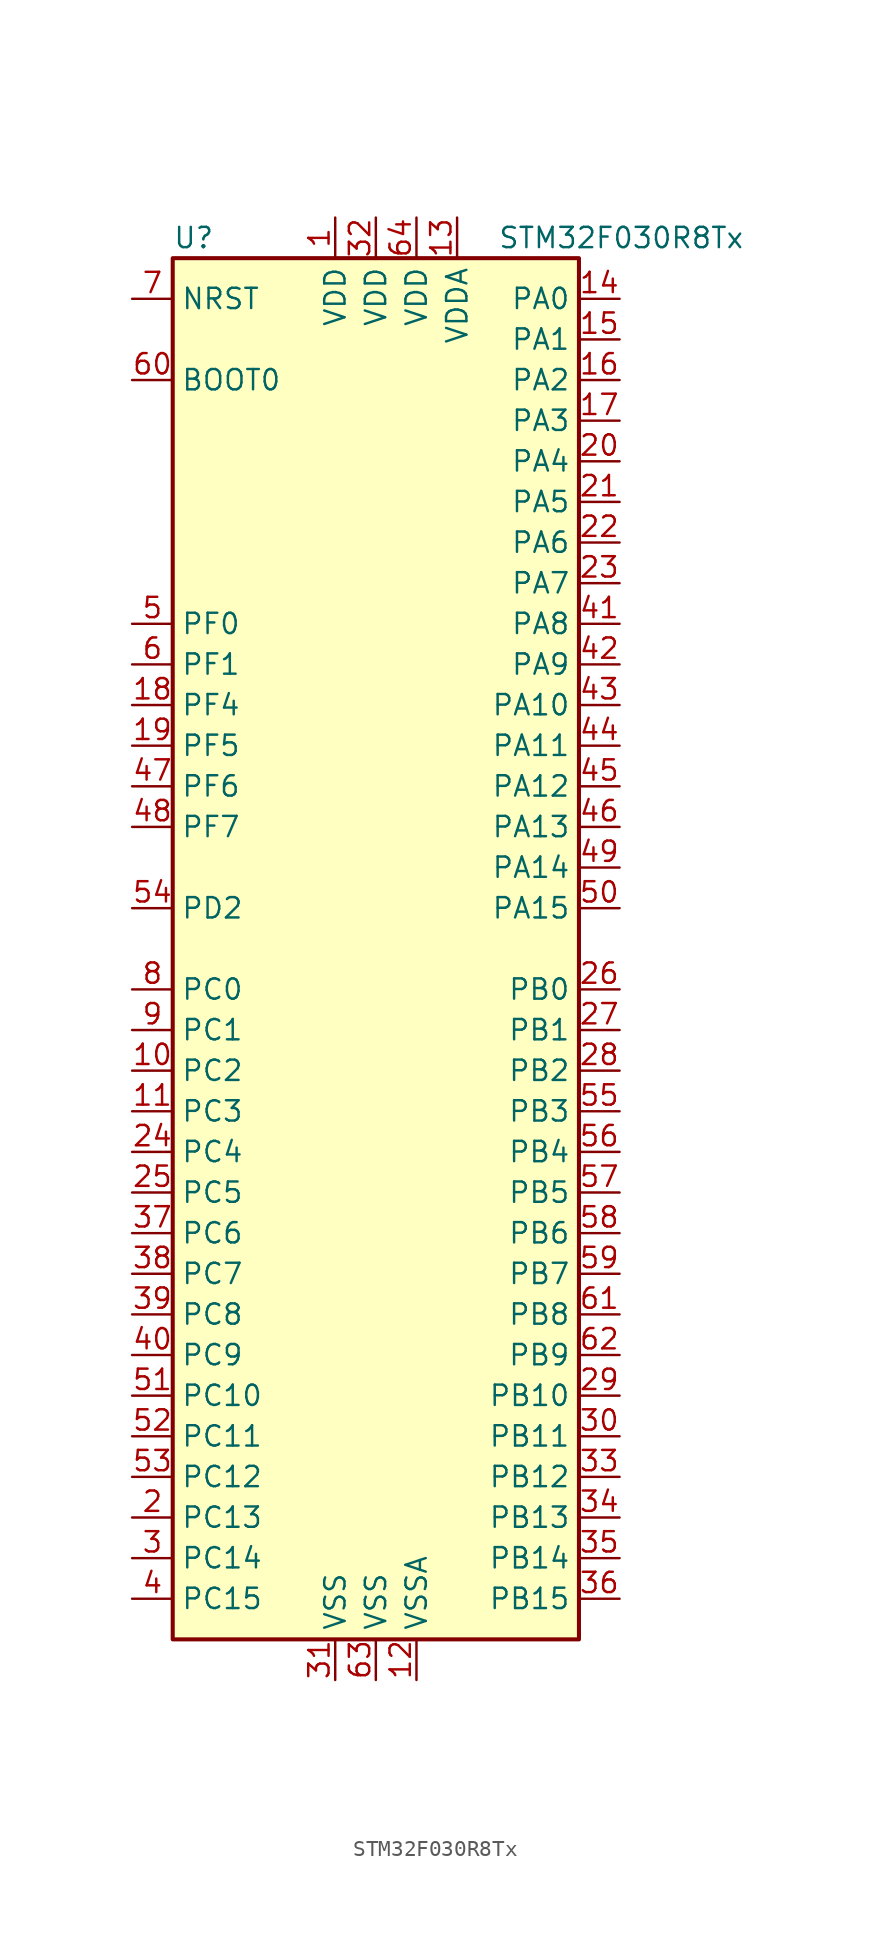
<source format=kicad_sym>
(kicad_symbol_lib
  (version 20201005)
  (generator kicad_symbol_editor)
  (symbol "STM32F030R8Tx"
    (property "Reference" "U"
      (at -12.7 44.45 0)
      (effects (font (size 1.27 1.27)) (justify left)))
    (property "Value" "STM32F030R8Tx"
      (at 7.62 44.45 0)
      (effects (font (size 1.27 1.27)) (justify left)))
    (symbol "STM32F030R8Tx_0_1"
      (rectangle (start -12.7 -43.18) (end 12.7 43.18) (stroke (width 0.254)) (fill (type background))))
    (symbol "STM32F030R8Tx_1_1"
      (pin input line (at -15.24 35.56 0) (length 2.54) (name "BOOT0" (effects (font (size 1.27 1.27)))) (number "60" (effects (font (size 1.27 1.27)))))
      (pin input line (at -15.24 40.64 0) (length 2.54) (name "NRST" (effects (font (size 1.27 1.27)))) (number "7" (effects (font (size 1.27 1.27)))))
      (pin bidirectional line (at 15.24 40.64 180) (length 2.54) (name "PA0" (effects (font (size 1.27 1.27)))) (number "14" (effects (font (size 1.27 1.27)))))
      (pin bidirectional line (at 15.24 38.1 180) (length 2.54) (name "PA1" (effects (font (size 1.27 1.27)))) (number "15" (effects (font (size 1.27 1.27)))))
      (pin bidirectional line (at 15.24 15.24 180) (length 2.54) (name "PA10" (effects (font (size 1.27 1.27)))) (number "43" (effects (font (size 1.27 1.27)))))
      (pin bidirectional line (at 15.24 12.7 180) (length 2.54) (name "PA11" (effects (font (size 1.27 1.27)))) (number "44" (effects (font (size 1.27 1.27)))))
      (pin bidirectional line (at 15.24 10.16 180) (length 2.54) (name "PA12" (effects (font (size 1.27 1.27)))) (number "45" (effects (font (size 1.27 1.27)))))
      (pin bidirectional line (at 15.24 7.62 180) (length 2.54) (name "PA13" (effects (font (size 1.27 1.27)))) (number "46" (effects (font (size 1.27 1.27)))))
      (pin bidirectional line (at 15.24 5.08 180) (length 2.54) (name "PA14" (effects (font (size 1.27 1.27)))) (number "49" (effects (font (size 1.27 1.27)))))
      (pin bidirectional line (at 15.24 2.54 180) (length 2.54) (name "PA15" (effects (font (size 1.27 1.27)))) (number "50" (effects (font (size 1.27 1.27)))))
      (pin bidirectional line (at 15.24 35.56 180) (length 2.54) (name "PA2" (effects (font (size 1.27 1.27)))) (number "16" (effects (font (size 1.27 1.27)))))
      (pin bidirectional line (at 15.24 33.02 180) (length 2.54) (name "PA3" (effects (font (size 1.27 1.27)))) (number "17" (effects (font (size 1.27 1.27)))))
      (pin bidirectional line (at 15.24 30.48 180) (length 2.54) (name "PA4" (effects (font (size 1.27 1.27)))) (number "20" (effects (font (size 1.27 1.27)))))
      (pin bidirectional line (at 15.24 27.94 180) (length 2.54) (name "PA5" (effects (font (size 1.27 1.27)))) (number "21" (effects (font (size 1.27 1.27)))))
      (pin bidirectional line (at 15.24 25.4 180) (length 2.54) (name "PA6" (effects (font (size 1.27 1.27)))) (number "22" (effects (font (size 1.27 1.27)))))
      (pin bidirectional line (at 15.24 22.86 180) (length 2.54) (name "PA7" (effects (font (size 1.27 1.27)))) (number "23" (effects (font (size 1.27 1.27)))))
      (pin bidirectional line (at 15.24 20.32 180) (length 2.54) (name "PA8" (effects (font (size 1.27 1.27)))) (number "41" (effects (font (size 1.27 1.27)))))
      (pin bidirectional line (at 15.24 17.78 180) (length 2.54) (name "PA9" (effects (font (size 1.27 1.27)))) (number "42" (effects (font (size 1.27 1.27)))))
      (pin bidirectional line (at 15.24 -2.54 180) (length 2.54) (name "PB0" (effects (font (size 1.27 1.27)))) (number "26" (effects (font (size 1.27 1.27)))))
      (pin bidirectional line (at 15.24 -5.08 180) (length 2.54) (name "PB1" (effects (font (size 1.27 1.27)))) (number "27" (effects (font (size 1.27 1.27)))))
      (pin bidirectional line (at 15.24 -27.94 180) (length 2.54) (name "PB10" (effects (font (size 1.27 1.27)))) (number "29" (effects (font (size 1.27 1.27)))))
      (pin bidirectional line (at 15.24 -30.48 180) (length 2.54) (name "PB11" (effects (font (size 1.27 1.27)))) (number "30" (effects (font (size 1.27 1.27)))))
      (pin bidirectional line (at 15.24 -33.02 180) (length 2.54) (name "PB12" (effects (font (size 1.27 1.27)))) (number "33" (effects (font (size 1.27 1.27)))))
      (pin bidirectional line (at 15.24 -35.56 180) (length 2.54) (name "PB13" (effects (font (size 1.27 1.27)))) (number "34" (effects (font (size 1.27 1.27)))))
      (pin bidirectional line (at 15.24 -38.1 180) (length 2.54) (name "PB14" (effects (font (size 1.27 1.27)))) (number "35" (effects (font (size 1.27 1.27)))))
      (pin bidirectional line (at 15.24 -40.64 180) (length 2.54) (name "PB15" (effects (font (size 1.27 1.27)))) (number "36" (effects (font (size 1.27 1.27)))))
      (pin bidirectional line (at 15.24 -7.62 180) (length 2.54) (name "PB2" (effects (font (size 1.27 1.27)))) (number "28" (effects (font (size 1.27 1.27)))))
      (pin bidirectional line (at 15.24 -10.16 180) (length 2.54) (name "PB3" (effects (font (size 1.27 1.27)))) (number "55" (effects (font (size 1.27 1.27)))))
      (pin bidirectional line (at 15.24 -12.7 180) (length 2.54) (name "PB4" (effects (font (size 1.27 1.27)))) (number "56" (effects (font (size 1.27 1.27)))))
      (pin bidirectional line (at 15.24 -15.24 180) (length 2.54) (name "PB5" (effects (font (size 1.27 1.27)))) (number "57" (effects (font (size 1.27 1.27)))))
      (pin bidirectional line (at 15.24 -17.78 180) (length 2.54) (name "PB6" (effects (font (size 1.27 1.27)))) (number "58" (effects (font (size 1.27 1.27)))))
      (pin bidirectional line (at 15.24 -20.32 180) (length 2.54) (name "PB7" (effects (font (size 1.27 1.27)))) (number "59" (effects (font (size 1.27 1.27)))))
      (pin bidirectional line (at 15.24 -22.86 180) (length 2.54) (name "PB8" (effects (font (size 1.27 1.27)))) (number "61" (effects (font (size 1.27 1.27)))))
      (pin bidirectional line (at 15.24 -25.4 180) (length 2.54) (name "PB9" (effects (font (size 1.27 1.27)))) (number "62" (effects (font (size 1.27 1.27)))))
      (pin bidirectional line (at -15.24 -2.54 0) (length 2.54) (name "PC0" (effects (font (size 1.27 1.27)))) (number "8" (effects (font (size 1.27 1.27)))))
      (pin bidirectional line (at -15.24 -5.08 0) (length 2.54) (name "PC1" (effects (font (size 1.27 1.27)))) (number "9" (effects (font (size 1.27 1.27)))))
      (pin bidirectional line (at -15.24 -27.94 0) (length 2.54) (name "PC10" (effects (font (size 1.27 1.27)))) (number "51" (effects (font (size 1.27 1.27)))))
      (pin bidirectional line (at -15.24 -30.48 0) (length 2.54) (name "PC11" (effects (font (size 1.27 1.27)))) (number "52" (effects (font (size 1.27 1.27)))))
      (pin bidirectional line (at -15.24 -33.02 0) (length 2.54) (name "PC12" (effects (font (size 1.27 1.27)))) (number "53" (effects (font (size 1.27 1.27)))))
      (pin bidirectional line (at -15.24 -35.56 0) (length 2.54) (name "PC13" (effects (font (size 1.27 1.27)))) (number "2" (effects (font (size 1.27 1.27)))))
      (pin bidirectional line (at -15.24 -38.1 0) (length 2.54) (name "PC14" (effects (font (size 1.27 1.27)))) (number "3" (effects (font (size 1.27 1.27)))))
      (pin bidirectional line (at -15.24 -40.64 0) (length 2.54) (name "PC15" (effects (font (size 1.27 1.27)))) (number "4" (effects (font (size 1.27 1.27)))))
      (pin bidirectional line (at -15.24 -7.62 0) (length 2.54) (name "PC2" (effects (font (size 1.27 1.27)))) (number "10" (effects (font (size 1.27 1.27)))))
      (pin bidirectional line (at -15.24 -10.16 0) (length 2.54) (name "PC3" (effects (font (size 1.27 1.27)))) (number "11" (effects (font (size 1.27 1.27)))))
      (pin bidirectional line (at -15.24 -12.7 0) (length 2.54) (name "PC4" (effects (font (size 1.27 1.27)))) (number "24" (effects (font (size 1.27 1.27)))))
      (pin bidirectional line (at -15.24 -15.24 0) (length 2.54) (name "PC5" (effects (font (size 1.27 1.27)))) (number "25" (effects (font (size 1.27 1.27)))))
      (pin bidirectional line (at -15.24 -17.78 0) (length 2.54) (name "PC6" (effects (font (size 1.27 1.27)))) (number "37" (effects (font (size 1.27 1.27)))))
      (pin bidirectional line (at -15.24 -20.32 0) (length 2.54) (name "PC7" (effects (font (size 1.27 1.27)))) (number "38" (effects (font (size 1.27 1.27)))))
      (pin bidirectional line (at -15.24 -22.86 0) (length 2.54) (name "PC8" (effects (font (size 1.27 1.27)))) (number "39" (effects (font (size 1.27 1.27)))))
      (pin bidirectional line (at -15.24 -25.4 0) (length 2.54) (name "PC9" (effects (font (size 1.27 1.27)))) (number "40" (effects (font (size 1.27 1.27)))))
      (pin bidirectional line (at -15.24 2.54 0) (length 2.54) (name "PD2" (effects (font (size 1.27 1.27)))) (number "54" (effects (font (size 1.27 1.27)))))
      (pin input line (at -15.24 20.32 0) (length 2.54) (name "PF0" (effects (font (size 1.27 1.27)))) (number "5" (effects (font (size 1.27 1.27)))))
      (pin input line (at -15.24 17.78 0) (length 2.54) (name "PF1" (effects (font (size 1.27 1.27)))) (number "6" (effects (font (size 1.27 1.27)))))
      (pin bidirectional line (at -15.24 15.24 0) (length 2.54) (name "PF4" (effects (font (size 1.27 1.27)))) (number "18" (effects (font (size 1.27 1.27)))))
      (pin bidirectional line (at -15.24 12.7 0) (length 2.54) (name "PF5" (effects (font (size 1.27 1.27)))) (number "19" (effects (font (size 1.27 1.27)))))
      (pin bidirectional line (at -15.24 10.16 0) (length 2.54) (name "PF6" (effects (font (size 1.27 1.27)))) (number "47" (effects (font (size 1.27 1.27)))))
      (pin bidirectional line (at -15.24 7.62 0) (length 2.54) (name "PF7" (effects (font (size 1.27 1.27)))) (number "48" (effects (font (size 1.27 1.27)))))
      (pin power_in line (at -2.54 45.72 270) (length 2.54) (name "VDD" (effects (font (size 1.27 1.27)))) (number "1" (effects (font (size 1.27 1.27)))))
      (pin power_in line (at 0 45.72 270) (length 2.54) (name "VDD" (effects (font (size 1.27 1.27)))) (number "32" (effects (font (size 1.27 1.27)))))
      (pin power_in line (at 2.54 45.72 270) (length 2.54) (name "VDD" (effects (font (size 1.27 1.27)))) (number "64" (effects (font (size 1.27 1.27)))))
      (pin power_in line (at 5.08 45.72 270) (length 2.54) (name "VDDA" (effects (font (size 1.27 1.27)))) (number "13" (effects (font (size 1.27 1.27)))))
      (pin power_in line (at -2.54 -45.72 90) (length 2.54) (name "VSS" (effects (font (size 1.27 1.27)))) (number "31" (effects (font (size 1.27 1.27)))))
      (pin power_in line (at 0 -45.72 90) (length 2.54) (name "VSS" (effects (font (size 1.27 1.27)))) (number "63" (effects (font (size 1.27 1.27)))))
      (pin power_in line (at 2.54 -45.72 90) (length 2.54) (name "VSSA" (effects (font (size 1.27 1.27)))) (number "12" (effects (font (size 1.27 1.27))))))))
</source>
